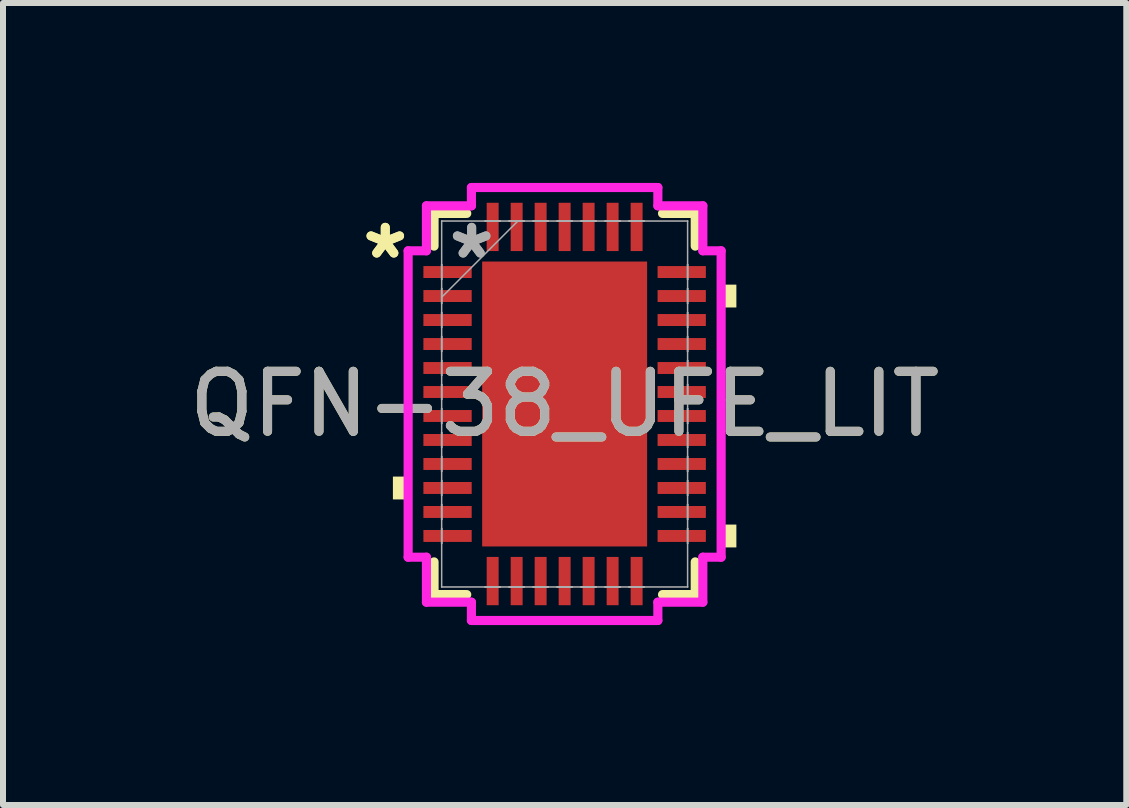
<source format=kicad_pcb>
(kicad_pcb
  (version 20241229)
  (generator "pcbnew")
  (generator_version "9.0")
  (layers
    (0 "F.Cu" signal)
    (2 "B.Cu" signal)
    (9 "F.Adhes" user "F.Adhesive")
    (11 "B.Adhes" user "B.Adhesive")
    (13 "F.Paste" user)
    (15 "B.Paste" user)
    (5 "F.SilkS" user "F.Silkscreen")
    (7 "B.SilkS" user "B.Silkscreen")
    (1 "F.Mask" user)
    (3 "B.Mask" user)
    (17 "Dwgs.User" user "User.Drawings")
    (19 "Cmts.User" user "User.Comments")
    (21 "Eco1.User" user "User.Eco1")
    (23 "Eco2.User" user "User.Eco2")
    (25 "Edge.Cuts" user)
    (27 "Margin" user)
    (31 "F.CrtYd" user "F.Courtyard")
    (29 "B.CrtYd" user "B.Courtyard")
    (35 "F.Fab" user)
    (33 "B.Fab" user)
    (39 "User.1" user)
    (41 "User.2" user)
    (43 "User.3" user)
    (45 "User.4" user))
  (footprint "QFN-38_UFE_LIT"
    (layer "F.Cu")
    (at 6.363 3.685)
    (property "Reference" "QFN-38_UFE_LIT" (at 0 0 0) (unlocked yes) (layer "F.SilkS") (effects (font (size 1 1) (thickness 0.15))))
    (attr smd)
    (fp_line (start -2.177 -3.177) (end -2.177 -2.632) (stroke (width 0.152) (type solid)) (layer "F.SilkS"))
    (fp_line (start -2.177 2.632) (end -2.177 3.177) (stroke (width 0.152) (type solid)) (layer "F.SilkS"))
    (fp_line (start -2.177 3.177) (end -1.632 3.177) (stroke (width 0.152) (type solid)) (layer "F.SilkS"))
    (fp_line (start -1.632 -3.177) (end -2.177 -3.177) (stroke (width 0.152) (type solid)) (layer "F.SilkS"))
    (fp_line (start 1.632 3.177) (end 2.177 3.177) (stroke (width 0.152) (type solid)) (layer "F.SilkS"))
    (fp_line (start 2.177 -3.177) (end 1.632 -3.177) (stroke (width 0.152) (type solid)) (layer "F.SilkS"))
    (fp_line (start 2.177 -2.632) (end 2.177 -3.177) (stroke (width 0.152) (type solid)) (layer "F.SilkS"))
    (fp_line (start 2.177 3.177) (end 2.177 2.632) (stroke (width 0.152) (type solid)) (layer "F.SilkS"))
    (fp_poly (pts (xy -2.863 1.21) (xy -2.863 1.591) (xy -2.609 1.591) (xy -2.609 1.21)) (stroke (width 0) (type solid)) (fill yes) (layer "F.SilkS"))
    (fp_poly (pts (xy 2.863 -1.99) (xy 2.863 -1.609) (xy 2.609 -1.609) (xy 2.609 -1.99)) (stroke (width 0) (type solid)) (fill yes) (layer "F.SilkS"))
    (fp_poly (pts (xy 2.863 2.01) (xy 2.863 2.391) (xy 2.609 2.391) (xy 2.609 2.01)) (stroke (width 0) (type solid)) (fill yes) (layer "F.SilkS"))
    (fp_poly (pts (xy -1.275 -2.275) (xy -1.275 -0.892) (xy -0.1 -0.892) (xy -0.1 -2.275)) (stroke (width 0) (type solid)) (fill yes) (layer "F.Paste"))
    (fp_poly (pts (xy -1.275 -0.692) (xy -1.275 0.692) (xy -0.1 0.692) (xy -0.1 -0.692)) (stroke (width 0) (type solid)) (fill yes) (layer "F.Paste"))
    (fp_poly (pts (xy -1.275 0.892) (xy -1.275 2.275) (xy -0.1 2.275) (xy -0.1 0.892)) (stroke (width 0) (type solid)) (fill yes) (layer "F.Paste"))
    (fp_poly (pts (xy 0.1 -2.275) (xy 0.1 -0.892) (xy 1.275 -0.892) (xy 1.275 -2.275)) (stroke (width 0) (type solid)) (fill yes) (layer "F.Paste"))
    (fp_poly (pts (xy 0.1 -0.692) (xy 0.1 0.692) (xy 1.275 0.692) (xy 1.275 -0.692)) (stroke (width 0) (type solid)) (fill yes) (layer "F.Paste"))
    (fp_poly (pts (xy 0.1 0.892) (xy 0.1 2.275) (xy 1.275 2.275) (xy 1.275 0.892)) (stroke (width 0) (type solid)) (fill yes) (layer "F.Paste"))
    (fp_line (start -2.609 -2.554) (end -2.304 -2.554) (stroke (width 0.152) (type solid)) (layer "F.CrtYd"))
    (fp_line (start -2.609 2.554) (end -2.609 -2.554) (stroke (width 0.152) (type solid)) (layer "F.CrtYd"))
    (fp_line (start -2.304 -3.304) (end -1.554 -3.304) (stroke (width 0.152) (type solid)) (layer "F.CrtYd"))
    (fp_line (start -2.304 -2.554) (end -2.304 -3.304) (stroke (width 0.152) (type solid)) (layer "F.CrtYd"))
    (fp_line (start -2.304 2.554) (end -2.609 2.554) (stroke (width 0.152) (type solid)) (layer "F.CrtYd"))
    (fp_line (start -2.304 3.304) (end -2.304 2.554) (stroke (width 0.152) (type solid)) (layer "F.CrtYd"))
    (fp_line (start -1.554 -3.609) (end 1.554 -3.609) (stroke (width 0.152) (type solid)) (layer "F.CrtYd"))
    (fp_line (start -1.554 -3.304) (end -1.554 -3.609) (stroke (width 0.152) (type solid)) (layer "F.CrtYd"))
    (fp_line (start -1.554 3.304) (end -2.304 3.304) (stroke (width 0.152) (type solid)) (layer "F.CrtYd"))
    (fp_line (start -1.554 3.609) (end -1.554 3.304) (stroke (width 0.152) (type solid)) (layer "F.CrtYd"))
    (fp_line (start 1.554 -3.609) (end 1.554 -3.304) (stroke (width 0.152) (type solid)) (layer "F.CrtYd"))
    (fp_line (start 1.554 -3.304) (end 2.304 -3.304) (stroke (width 0.152) (type solid)) (layer "F.CrtYd"))
    (fp_line (start 1.554 3.304) (end 1.554 3.609) (stroke (width 0.152) (type solid)) (layer "F.CrtYd"))
    (fp_line (start 1.554 3.609) (end -1.554 3.609) (stroke (width 0.152) (type solid)) (layer "F.CrtYd"))
    (fp_line (start 2.304 -3.304) (end 2.304 -2.554) (stroke (width 0.152) (type solid)) (layer "F.CrtYd"))
    (fp_line (start 2.304 -2.554) (end 2.609 -2.554) (stroke (width 0.152) (type solid)) (layer "F.CrtYd"))
    (fp_line (start 2.304 2.554) (end 2.304 3.304) (stroke (width 0.152) (type solid)) (layer "F.CrtYd"))
    (fp_line (start 2.304 3.304) (end 1.554 3.304) (stroke (width 0.152) (type solid)) (layer "F.CrtYd"))
    (fp_line (start 2.609 -2.554) (end 2.609 2.554) (stroke (width 0.152) (type solid)) (layer "F.CrtYd"))
    (fp_line (start 2.609 2.554) (end 2.304 2.554) (stroke (width 0.152) (type solid)) (layer "F.CrtYd"))
    (fp_line (start -2.05 -3.05) (end -2.05 -3.05) (stroke (width 0.025) (type solid)) (layer "F.Fab"))
    (fp_line (start -2.05 -3.05) (end -2.05 3.05) (stroke (width 0.025) (type solid)) (layer "F.Fab"))
    (fp_line (start -2.05 -2.325) (end -2.05 -2.325) (stroke (width 0.025) (type solid)) (layer "F.Fab"))
    (fp_line (start -2.05 -2.325) (end -2.05 -2.075) (stroke (width 0.025) (type solid)) (layer "F.Fab"))
    (fp_line (start -2.05 -2.075) (end -2.05 -2.325) (stroke (width 0.025) (type solid)) (layer "F.Fab"))
    (fp_line (start -2.05 -2.075) (end -2.05 -2.075) (stroke (width 0.025) (type solid)) (layer "F.Fab"))
    (fp_line (start -2.05 -1.925) (end -2.05 -1.925) (stroke (width 0.025) (type solid)) (layer "F.Fab"))
    (fp_line (start -2.05 -1.925) (end -2.05 -1.675) (stroke (width 0.025) (type solid)) (layer "F.Fab"))
    (fp_line (start -2.05 -1.78) (end -0.78 -3.05) (stroke (width 0.025) (type solid)) (layer "F.Fab"))
    (fp_line (start -2.05 -1.675) (end -2.05 -1.925) (stroke (width 0.025) (type solid)) (layer "F.Fab"))
    (fp_line (start -2.05 -1.675) (end -2.05 -1.675) (stroke (width 0.025) (type solid)) (layer "F.Fab"))
    (fp_line (start -2.05 -1.525) (end -2.05 -1.525) (stroke (width 0.025) (type solid)) (layer "F.Fab"))
    (fp_line (start -2.05 -1.525) (end -2.05 -1.275) (stroke (width 0.025) (type solid)) (layer "F.Fab"))
    (fp_line (start -2.05 -1.275) (end -2.05 -1.525) (stroke (width 0.025) (type solid)) (layer "F.Fab"))
    (fp_line (start -2.05 -1.275) (end -2.05 -1.275) (stroke (width 0.025) (type solid)) (layer "F.Fab"))
    (fp_line (start -2.05 -1.125) (end -2.05 -1.125) (stroke (width 0.025) (type solid)) (layer "F.Fab"))
    (fp_line (start -2.05 -1.125) (end -2.05 -0.875) (stroke (width 0.025) (type solid)) (layer "F.Fab"))
    (fp_line (start -2.05 -0.875) (end -2.05 -1.125) (stroke (width 0.025) (type solid)) (layer "F.Fab"))
    (fp_line (start -2.05 -0.875) (end -2.05 -0.875) (stroke (width 0.025) (type solid)) (layer "F.Fab"))
    (fp_line (start -2.05 -0.725) (end -2.05 -0.725) (stroke (width 0.025) (type solid)) (layer "F.Fab"))
    (fp_line (start -2.05 -0.725) (end -2.05 -0.475) (stroke (width 0.025) (type solid)) (layer "F.Fab"))
    (fp_line (start -2.05 -0.475) (end -2.05 -0.725) (stroke (width 0.025) (type solid)) (layer "F.Fab"))
    (fp_line (start -2.05 -0.475) (end -2.05 -0.475) (stroke (width 0.025) (type solid)) (layer "F.Fab"))
    (fp_line (start -2.05 -0.325) (end -2.05 -0.325) (stroke (width 0.025) (type solid)) (layer "F.Fab"))
    (fp_line (start -2.05 -0.325) (end -2.05 -0.075) (stroke (width 0.025) (type solid)) (layer "F.Fab"))
    (fp_line (start -2.05 -0.075) (end -2.05 -0.325) (stroke (width 0.025) (type solid)) (layer "F.Fab"))
    (fp_line (start -2.05 -0.075) (end -2.05 -0.075) (stroke (width 0.025) (type solid)) (layer "F.Fab"))
    (fp_line (start -2.05 0.075) (end -2.05 0.075) (stroke (width 0.025) (type solid)) (layer "F.Fab"))
    (fp_line (start -2.05 0.075) (end -2.05 0.325) (stroke (width 0.025) (type solid)) (layer "F.Fab"))
    (fp_line (start -2.05 0.325) (end -2.05 0.075) (stroke (width 0.025) (type solid)) (layer "F.Fab"))
    (fp_line (start -2.05 0.325) (end -2.05 0.325) (stroke (width 0.025) (type solid)) (layer "F.Fab"))
    (fp_line (start -2.05 0.475) (end -2.05 0.475) (stroke (width 0.025) (type solid)) (layer "F.Fab"))
    (fp_line (start -2.05 0.475) (end -2.05 0.725) (stroke (width 0.025) (type solid)) (layer "F.Fab"))
    (fp_line (start -2.05 0.725) (end -2.05 0.475) (stroke (width 0.025) (type solid)) (layer "F.Fab"))
    (fp_line (start -2.05 0.725) (end -2.05 0.725) (stroke (width 0.025) (type solid)) (layer "F.Fab"))
    (fp_line (start -2.05 0.875) (end -2.05 0.875) (stroke (width 0.025) (type solid)) (layer "F.Fab"))
    (fp_line (start -2.05 0.875) (end -2.05 1.125) (stroke (width 0.025) (type solid)) (layer "F.Fab"))
    (fp_line (start -2.05 1.125) (end -2.05 0.875) (stroke (width 0.025) (type solid)) (layer "F.Fab"))
    (fp_line (start -2.05 1.125) (end -2.05 1.125) (stroke (width 0.025) (type solid)) (layer "F.Fab"))
    (fp_line (start -2.05 1.275) (end -2.05 1.275) (stroke (width 0.025) (type solid)) (layer "F.Fab"))
    (fp_line (start -2.05 1.275) (end -2.05 1.525) (stroke (width 0.025) (type solid)) (layer "F.Fab"))
    (fp_line (start -2.05 1.525) (end -2.05 1.275) (stroke (width 0.025) (type solid)) (layer "F.Fab"))
    (fp_line (start -2.05 1.525) (end -2.05 1.525) (stroke (width 0.025) (type solid)) (layer "F.Fab"))
    (fp_line (start -2.05 1.675) (end -2.05 1.675) (stroke (width 0.025) (type solid)) (layer "F.Fab"))
    (fp_line (start -2.05 1.675) (end -2.05 1.925) (stroke (width 0.025) (type solid)) (layer "F.Fab"))
    (fp_line (start -2.05 1.925) (end -2.05 1.675) (stroke (width 0.025) (type solid)) (layer "F.Fab"))
    (fp_line (start -2.05 1.925) (end -2.05 1.925) (stroke (width 0.025) (type solid)) (layer "F.Fab"))
    (fp_line (start -2.05 2.075) (end -2.05 2.075) (stroke (width 0.025) (type solid)) (layer "F.Fab"))
    (fp_line (start -2.05 2.075) (end -2.05 2.325) (stroke (width 0.025) (type solid)) (layer "F.Fab"))
    (fp_line (start -2.05 2.325) (end -2.05 2.075) (stroke (width 0.025) (type solid)) (layer "F.Fab"))
    (fp_line (start -2.05 2.325) (end -2.05 2.325) (stroke (width 0.025) (type solid)) (layer "F.Fab"))
    (fp_line (start -2.05 3.05) (end -2.05 3.05) (stroke (width 0.025) (type solid)) (layer "F.Fab"))
    (fp_line (start -2.05 3.05) (end 2.05 3.05) (stroke (width 0.025) (type solid)) (layer "F.Fab"))
    (fp_line (start -1.325 -3.05) (end -1.325 -3.05) (stroke (width 0.025) (type solid)) (layer "F.Fab"))
    (fp_line (start -1.325 -3.05) (end -1.075 -3.05) (stroke (width 0.025) (type solid)) (layer "F.Fab"))
    (fp_line (start -1.325 3.05) (end -1.325 3.05) (stroke (width 0.025) (type solid)) (layer "F.Fab"))
    (fp_line (start -1.325 3.05) (end -1.075 3.05) (stroke (width 0.025) (type solid)) (layer "F.Fab"))
    (fp_line (start -1.075 -3.05) (end -1.325 -3.05) (stroke (width 0.025) (type solid)) (layer "F.Fab"))
    (fp_line (start -1.075 -3.05) (end -1.075 -3.05) (stroke (width 0.025) (type solid)) (layer "F.Fab"))
    (fp_line (start -1.075 3.05) (end -1.325 3.05) (stroke (width 0.025) (type solid)) (layer "F.Fab"))
    (fp_line (start -1.075 3.05) (end -1.075 3.05) (stroke (width 0.025) (type solid)) (layer "F.Fab"))
    (fp_line (start -0.925 -3.05) (end -0.925 -3.05) (stroke (width 0.025) (type solid)) (layer "F.Fab"))
    (fp_line (start -0.925 -3.05) (end -0.675 -3.05) (stroke (width 0.025) (type solid)) (layer "F.Fab"))
    (fp_line (start -0.925 3.05) (end -0.925 3.05) (stroke (width 0.025) (type solid)) (layer "F.Fab"))
    (fp_line (start -0.925 3.05) (end -0.675 3.05) (stroke (width 0.025) (type solid)) (layer "F.Fab"))
    (fp_line (start -0.675 -3.05) (end -0.925 -3.05) (stroke (width 0.025) (type solid)) (layer "F.Fab"))
    (fp_line (start -0.675 -3.05) (end -0.675 -3.05) (stroke (width 0.025) (type solid)) (layer "F.Fab"))
    (fp_line (start -0.675 3.05) (end -0.925 3.05) (stroke (width 0.025) (type solid)) (layer "F.Fab"))
    (fp_line (start -0.675 3.05) (end -0.675 3.05) (stroke (width 0.025) (type solid)) (layer "F.Fab"))
    (fp_line (start -0.525 -3.05) (end -0.525 -3.05) (stroke (width 0.025) (type solid)) (layer "F.Fab"))
    (fp_line (start -0.525 -3.05) (end -0.275 -3.05) (stroke (width 0.025) (type solid)) (layer "F.Fab"))
    (fp_line (start -0.525 3.05) (end -0.525 3.05) (stroke (width 0.025) (type solid)) (layer "F.Fab"))
    (fp_line (start -0.525 3.05) (end -0.275 3.05) (stroke (width 0.025) (type solid)) (layer "F.Fab"))
    (fp_line (start -0.275 -3.05) (end -0.525 -3.05) (stroke (width 0.025) (type solid)) (layer "F.Fab"))
    (fp_line (start -0.275 -3.05) (end -0.275 -3.05) (stroke (width 0.025) (type solid)) (layer "F.Fab"))
    (fp_line (start -0.275 3.05) (end -0.525 3.05) (stroke (width 0.025) (type solid)) (layer "F.Fab"))
    (fp_line (start -0.275 3.05) (end -0.275 3.05) (stroke (width 0.025) (type solid)) (layer "F.Fab"))
    (fp_line (start -0.125 -3.05) (end -0.125 -3.05) (stroke (width 0.025) (type solid)) (layer "F.Fab"))
    (fp_line (start -0.125 -3.05) (end 0.125 -3.05) (stroke (width 0.025) (type solid)) (layer "F.Fab"))
    (fp_line (start -0.125 3.05) (end -0.125 3.05) (stroke (width 0.025) (type solid)) (layer "F.Fab"))
    (fp_line (start -0.125 3.05) (end 0.125 3.05) (stroke (width 0.025) (type solid)) (layer "F.Fab"))
    (fp_line (start 0.125 -3.05) (end -0.125 -3.05) (stroke (width 0.025) (type solid)) (layer "F.Fab"))
    (fp_line (start 0.125 -3.05) (end 0.125 -3.05) (stroke (width 0.025) (type solid)) (layer "F.Fab"))
    (fp_line (start 0.125 3.05) (end -0.125 3.05) (stroke (width 0.025) (type solid)) (layer "F.Fab"))
    (fp_line (start 0.125 3.05) (end 0.125 3.05) (stroke (width 0.025) (type solid)) (layer "F.Fab"))
    (fp_line (start 0.275 -3.05) (end 0.275 -3.05) (stroke (width 0.025) (type solid)) (layer "F.Fab"))
    (fp_line (start 0.275 -3.05) (end 0.525 -3.05) (stroke (width 0.025) (type solid)) (layer "F.Fab"))
    (fp_line (start 0.275 3.05) (end 0.275 3.05) (stroke (width 0.025) (type solid)) (layer "F.Fab"))
    (fp_line (start 0.275 3.05) (end 0.525 3.05) (stroke (width 0.025) (type solid)) (layer "F.Fab"))
    (fp_line (start 0.525 -3.05) (end 0.275 -3.05) (stroke (width 0.025) (type solid)) (layer "F.Fab"))
    (fp_line (start 0.525 -3.05) (end 0.525 -3.05) (stroke (width 0.025) (type solid)) (layer "F.Fab"))
    (fp_line (start 0.525 3.05) (end 0.275 3.05) (stroke (width 0.025) (type solid)) (layer "F.Fab"))
    (fp_line (start 0.525 3.05) (end 0.525 3.05) (stroke (width 0.025) (type solid)) (layer "F.Fab"))
    (fp_line (start 0.675 -3.05) (end 0.675 -3.05) (stroke (width 0.025) (type solid)) (layer "F.Fab"))
    (fp_line (start 0.675 -3.05) (end 0.925 -3.05) (stroke (width 0.025) (type solid)) (layer "F.Fab"))
    (fp_line (start 0.675 3.05) (end 0.675 3.05) (stroke (width 0.025) (type solid)) (layer "F.Fab"))
    (fp_line (start 0.675 3.05) (end 0.925 3.05) (stroke (width 0.025) (type solid)) (layer "F.Fab"))
    (fp_line (start 0.925 -3.05) (end 0.675 -3.05) (stroke (width 0.025) (type solid)) (layer "F.Fab"))
    (fp_line (start 0.925 -3.05) (end 0.925 -3.05) (stroke (width 0.025) (type solid)) (layer "F.Fab"))
    (fp_line (start 0.925 3.05) (end 0.675 3.05) (stroke (width 0.025) (type solid)) (layer "F.Fab"))
    (fp_line (start 0.925 3.05) (end 0.925 3.05) (stroke (width 0.025) (type solid)) (layer "F.Fab"))
    (fp_line (start 1.075 -3.05) (end 1.075 -3.05) (stroke (width 0.025) (type solid)) (layer "F.Fab"))
    (fp_line (start 1.075 -3.05) (end 1.325 -3.05) (stroke (width 0.025) (type solid)) (layer "F.Fab"))
    (fp_line (start 1.075 3.05) (end 1.075 3.05) (stroke (width 0.025) (type solid)) (layer "F.Fab"))
    (fp_line (start 1.075 3.05) (end 1.325 3.05) (stroke (width 0.025) (type solid)) (layer "F.Fab"))
    (fp_line (start 1.325 -3.05) (end 1.075 -3.05) (stroke (width 0.025) (type solid)) (layer "F.Fab"))
    (fp_line (start 1.325 -3.05) (end 1.325 -3.05) (stroke (width 0.025) (type solid)) (layer "F.Fab"))
    (fp_line (start 1.325 3.05) (end 1.075 3.05) (stroke (width 0.025) (type solid)) (layer "F.Fab"))
    (fp_line (start 1.325 3.05) (end 1.325 3.05) (stroke (width 0.025) (type solid)) (layer "F.Fab"))
    (fp_line (start 2.05 -3.05) (end -2.05 -3.05) (stroke (width 0.025) (type solid)) (layer "F.Fab"))
    (fp_line (start 2.05 -3.05) (end 2.05 -3.05) (stroke (width 0.025) (type solid)) (layer "F.Fab"))
    (fp_line (start 2.05 -2.325) (end 2.05 -2.325) (stroke (width 0.025) (type solid)) (layer "F.Fab"))
    (fp_line (start 2.05 -2.325) (end 2.05 -2.075) (stroke (width 0.025) (type solid)) (layer "F.Fab"))
    (fp_line (start 2.05 -2.075) (end 2.05 -2.325) (stroke (width 0.025) (type solid)) (layer "F.Fab"))
    (fp_line (start 2.05 -2.075) (end 2.05 -2.075) (stroke (width 0.025) (type solid)) (layer "F.Fab"))
    (fp_line (start 2.05 -1.925) (end 2.05 -1.925) (stroke (width 0.025) (type solid)) (layer "F.Fab"))
    (fp_line (start 2.05 -1.925) (end 2.05 -1.675) (stroke (width 0.025) (type solid)) (layer "F.Fab"))
    (fp_line (start 2.05 -1.675) (end 2.05 -1.925) (stroke (width 0.025) (type solid)) (layer "F.Fab"))
    (fp_line (start 2.05 -1.675) (end 2.05 -1.675) (stroke (width 0.025) (type solid)) (layer "F.Fab"))
    (fp_line (start 2.05 -1.525) (end 2.05 -1.525) (stroke (width 0.025) (type solid)) (layer "F.Fab"))
    (fp_line (start 2.05 -1.525) (end 2.05 -1.275) (stroke (width 0.025) (type solid)) (layer "F.Fab"))
    (fp_line (start 2.05 -1.275) (end 2.05 -1.525) (stroke (width 0.025) (type solid)) (layer "F.Fab"))
    (fp_line (start 2.05 -1.275) (end 2.05 -1.275) (stroke (width 0.025) (type solid)) (layer "F.Fab"))
    (fp_line (start 2.05 -1.125) (end 2.05 -1.125) (stroke (width 0.025) (type solid)) (layer "F.Fab"))
    (fp_line (start 2.05 -1.125) (end 2.05 -0.875) (stroke (width 0.025) (type solid)) (layer "F.Fab"))
    (fp_line (start 2.05 -0.875) (end 2.05 -1.125) (stroke (width 0.025) (type solid)) (layer "F.Fab"))
    (fp_line (start 2.05 -0.875) (end 2.05 -0.875) (stroke (width 0.025) (type solid)) (layer "F.Fab"))
    (fp_line (start 2.05 -0.725) (end 2.05 -0.725) (stroke (width 0.025) (type solid)) (layer "F.Fab"))
    (fp_line (start 2.05 -0.725) (end 2.05 -0.475) (stroke (width 0.025) (type solid)) (layer "F.Fab"))
    (fp_line (start 2.05 -0.475) (end 2.05 -0.725) (stroke (width 0.025) (type solid)) (layer "F.Fab"))
    (fp_line (start 2.05 -0.475) (end 2.05 -0.475) (stroke (width 0.025) (type solid)) (layer "F.Fab"))
    (fp_line (start 2.05 -0.325) (end 2.05 -0.325) (stroke (width 0.025) (type solid)) (layer "F.Fab"))
    (fp_line (start 2.05 -0.325) (end 2.05 -0.075) (stroke (width 0.025) (type solid)) (layer "F.Fab"))
    (fp_line (start 2.05 -0.075) (end 2.05 -0.325) (stroke (width 0.025) (type solid)) (layer "F.Fab"))
    (fp_line (start 2.05 -0.075) (end 2.05 -0.075) (stroke (width 0.025) (type solid)) (layer "F.Fab"))
    (fp_line (start 2.05 0.075) (end 2.05 0.075) (stroke (width 0.025) (type solid)) (layer "F.Fab"))
    (fp_line (start 2.05 0.075) (end 2.05 0.325) (stroke (width 0.025) (type solid)) (layer "F.Fab"))
    (fp_line (start 2.05 0.325) (end 2.05 0.075) (stroke (width 0.025) (type solid)) (layer "F.Fab"))
    (fp_line (start 2.05 0.325) (end 2.05 0.325) (stroke (width 0.025) (type solid)) (layer "F.Fab"))
    (fp_line (start 2.05 0.475) (end 2.05 0.475) (stroke (width 0.025) (type solid)) (layer "F.Fab"))
    (fp_line (start 2.05 0.475) (end 2.05 0.725) (stroke (width 0.025) (type solid)) (layer "F.Fab"))
    (fp_line (start 2.05 0.725) (end 2.05 0.475) (stroke (width 0.025) (type solid)) (layer "F.Fab"))
    (fp_line (start 2.05 0.725) (end 2.05 0.725) (stroke (width 0.025) (type solid)) (layer "F.Fab"))
    (fp_line (start 2.05 0.875) (end 2.05 0.875) (stroke (width 0.025) (type solid)) (layer "F.Fab"))
    (fp_line (start 2.05 0.875) (end 2.05 1.125) (stroke (width 0.025) (type solid)) (layer "F.Fab"))
    (fp_line (start 2.05 1.125) (end 2.05 0.875) (stroke (width 0.025) (type solid)) (layer "F.Fab"))
    (fp_line (start 2.05 1.125) (end 2.05 1.125) (stroke (width 0.025) (type solid)) (layer "F.Fab"))
    (fp_line (start 2.05 1.275) (end 2.05 1.275) (stroke (width 0.025) (type solid)) (layer "F.Fab"))
    (fp_line (start 2.05 1.275) (end 2.05 1.525) (stroke (width 0.025) (type solid)) (layer "F.Fab"))
    (fp_line (start 2.05 1.525) (end 2.05 1.275) (stroke (width 0.025) (type solid)) (layer "F.Fab"))
    (fp_line (start 2.05 1.525) (end 2.05 1.525) (stroke (width 0.025) (type solid)) (layer "F.Fab"))
    (fp_line (start 2.05 1.675) (end 2.05 1.675) (stroke (width 0.025) (type solid)) (layer "F.Fab"))
    (fp_line (start 2.05 1.675) (end 2.05 1.925) (stroke (width 0.025) (type solid)) (layer "F.Fab"))
    (fp_line (start 2.05 1.925) (end 2.05 1.675) (stroke (width 0.025) (type solid)) (layer "F.Fab"))
    (fp_line (start 2.05 1.925) (end 2.05 1.925) (stroke (width 0.025) (type solid)) (layer "F.Fab"))
    (fp_line (start 2.05 2.075) (end 2.05 2.075) (stroke (width 0.025) (type solid)) (layer "F.Fab"))
    (fp_line (start 2.05 2.075) (end 2.05 2.325) (stroke (width 0.025) (type solid)) (layer "F.Fab"))
    (fp_line (start 2.05 2.325) (end 2.05 2.075) (stroke (width 0.025) (type solid)) (layer "F.Fab"))
    (fp_line (start 2.05 2.325) (end 2.05 2.325) (stroke (width 0.025) (type solid)) (layer "F.Fab"))
    (fp_line (start 2.05 3.05) (end 2.05 -3.05) (stroke (width 0.025) (type solid)) (layer "F.Fab"))
    (fp_line (start 2.05 3.05) (end 2.05 3.05) (stroke (width 0.025) (type solid)) (layer "F.Fab"))
    (fp_text user "*" (at -2.99 -2.4 0) (layer "F.SilkS") (effects (font (size 1 1) (thickness 0.15))))
    (fp_text user "*" (at -2.99 -2.4 0) (unlocked yes) (layer "F.SilkS") (effects (font (size 1 1) (thickness 0.15))))
    (fp_text user "*" (at -1.55 -2.4 0) (layer "F.Fab") (effects (font (size 1 1) (thickness 0.15))))
    (fp_text user "${REFERENCE}" (at 0 0 0) (unlocked yes) (layer "F.Fab") (effects (font (size 1 1) (thickness 0.15))))
    (fp_text user "*" (at -1.55 -2.4 0) (unlocked yes) (layer "F.Fab") (effects (font (size 1 1) (thickness 0.15))))
    (pad "1" smd rect (at -1.952 -2.2 90) (size 0.199 0.805) (layers "F.Cu" "F.Mask" "F.Paste"))
    (pad "2" smd rect (at -1.952 -1.8 90) (size 0.199 0.805) (layers "F.Cu" "F.Mask" "F.Paste"))
    (pad "3" smd rect (at -1.952 -1.4 90) (size 0.199 0.805) (layers "F.Cu" "F.Mask" "F.Paste"))
    (pad "4" smd rect (at -1.952 -1 90) (size 0.199 0.805) (layers "F.Cu" "F.Mask" "F.Paste"))
    (pad "5" smd rect (at -1.952 -0.6 90) (size 0.199 0.805) (layers "F.Cu" "F.Mask" "F.Paste"))
    (pad "6" smd rect (at -1.952 -0.2 90) (size 0.199 0.805) (layers "F.Cu" "F.Mask" "F.Paste"))
    (pad "7" smd rect (at -1.952 0.2 90) (size 0.199 0.805) (layers "F.Cu" "F.Mask" "F.Paste"))
    (pad "8" smd rect (at -1.952 0.6 90) (size 0.199 0.805) (layers "F.Cu" "F.Mask" "F.Paste"))
    (pad "9" smd rect (at -1.952 1 90) (size 0.199 0.805) (layers "F.Cu" "F.Mask" "F.Paste"))
    (pad "10" smd rect (at -1.952 1.4 90) (size 0.199 0.805) (layers "F.Cu" "F.Mask" "F.Paste"))
    (pad "11" smd rect (at -1.952 1.8 90) (size 0.199 0.805) (layers "F.Cu" "F.Mask" "F.Paste"))
    (pad "12" smd rect (at -1.952 2.2 90) (size 0.199 0.805) (layers "F.Cu" "F.Mask" "F.Paste"))
    (pad "13" smd rect (at -1.2 2.952) (size 0.199 0.805) (layers "F.Cu" "F.Mask" "F.Paste"))
    (pad "14" smd rect (at -0.8 2.952) (size 0.199 0.805) (layers "F.Cu" "F.Mask" "F.Paste"))
    (pad "15" smd rect (at -0.4 2.952) (size 0.199 0.805) (layers "F.Cu" "F.Mask" "F.Paste"))
    (pad "16" smd rect (at 0 2.952) (size 0.199 0.805) (layers "F.Cu" "F.Mask" "F.Paste"))
    (pad "17" smd rect (at 0.4 2.952) (size 0.199 0.805) (layers "F.Cu" "F.Mask" "F.Paste"))
    (pad "18" smd rect (at 0.8 2.952) (size 0.199 0.805) (layers "F.Cu" "F.Mask" "F.Paste"))
    (pad "19" smd rect (at 1.2 2.952) (size 0.199 0.805) (layers "F.Cu" "F.Mask" "F.Paste"))
    (pad "20" smd rect (at 1.952 2.2 90) (size 0.199 0.805) (layers "F.Cu" "F.Mask" "F.Paste"))
    (pad "21" smd rect (at 1.952 1.8 90) (size 0.199 0.805) (layers "F.Cu" "F.Mask" "F.Paste"))
    (pad "22" smd rect (at 1.952 1.4 90) (size 0.199 0.805) (layers "F.Cu" "F.Mask" "F.Paste"))
    (pad "23" smd rect (at 1.952 1 90) (size 0.199 0.805) (layers "F.Cu" "F.Mask" "F.Paste"))
    (pad "24" smd rect (at 1.952 0.6 90) (size 0.199 0.805) (layers "F.Cu" "F.Mask" "F.Paste"))
    (pad "25" smd rect (at 1.952 0.2 90) (size 0.199 0.805) (layers "F.Cu" "F.Mask" "F.Paste"))
    (pad "26" smd rect (at 1.952 -0.2 90) (size 0.199 0.805) (layers "F.Cu" "F.Mask" "F.Paste"))
    (pad "27" smd rect (at 1.952 -0.6 90) (size 0.199 0.805) (layers "F.Cu" "F.Mask" "F.Paste"))
    (pad "28" smd rect (at 1.952 -1 90) (size 0.199 0.805) (layers "F.Cu" "F.Mask" "F.Paste"))
    (pad "29" smd rect (at 1.952 -1.4 90) (size 0.199 0.805) (layers "F.Cu" "F.Mask" "F.Paste"))
    (pad "30" smd rect (at 1.952 -1.8 90) (size 0.199 0.805) (layers "F.Cu" "F.Mask" "F.Paste"))
    (pad "31" smd rect (at 1.952 -2.2 90) (size 0.199 0.805) (layers "F.Cu" "F.Mask" "F.Paste"))
    (pad "32" smd rect (at 1.2 -2.952) (size 0.199 0.805) (layers "F.Cu" "F.Mask" "F.Paste"))
    (pad "33" smd rect (at 0.8 -2.952) (size 0.199 0.805) (layers "F.Cu" "F.Mask" "F.Paste"))
    (pad "34" smd rect (at 0.4 -2.952) (size 0.199 0.805) (layers "F.Cu" "F.Mask" "F.Paste"))
    (pad "35" smd rect (at 0 -2.952) (size 0.199 0.805) (layers "F.Cu" "F.Mask" "F.Paste"))
    (pad "36" smd rect (at -0.4 -2.952) (size 0.199 0.805) (layers "F.Cu" "F.Mask" "F.Paste"))
    (pad "37" smd rect (at -0.8 -2.952) (size 0.199 0.805) (layers "F.Cu" "F.Mask" "F.Paste"))
    (pad "38" smd rect (at -1.2 -2.952) (size 0.199 0.805) (layers "F.Cu" "F.Mask" "F.Paste"))
    (pad "39" smd rect (at 0 0) (size 2.75 4.75) (layers "F.Cu" "F.Mask" "F.Paste")))
  (gr_rect
    (start -3 -3)
    (end 15.726 10.37)
    (stroke (width 0.1) (type default))
    (fill no)
    (layer "Edge.Cuts")))
</source>
